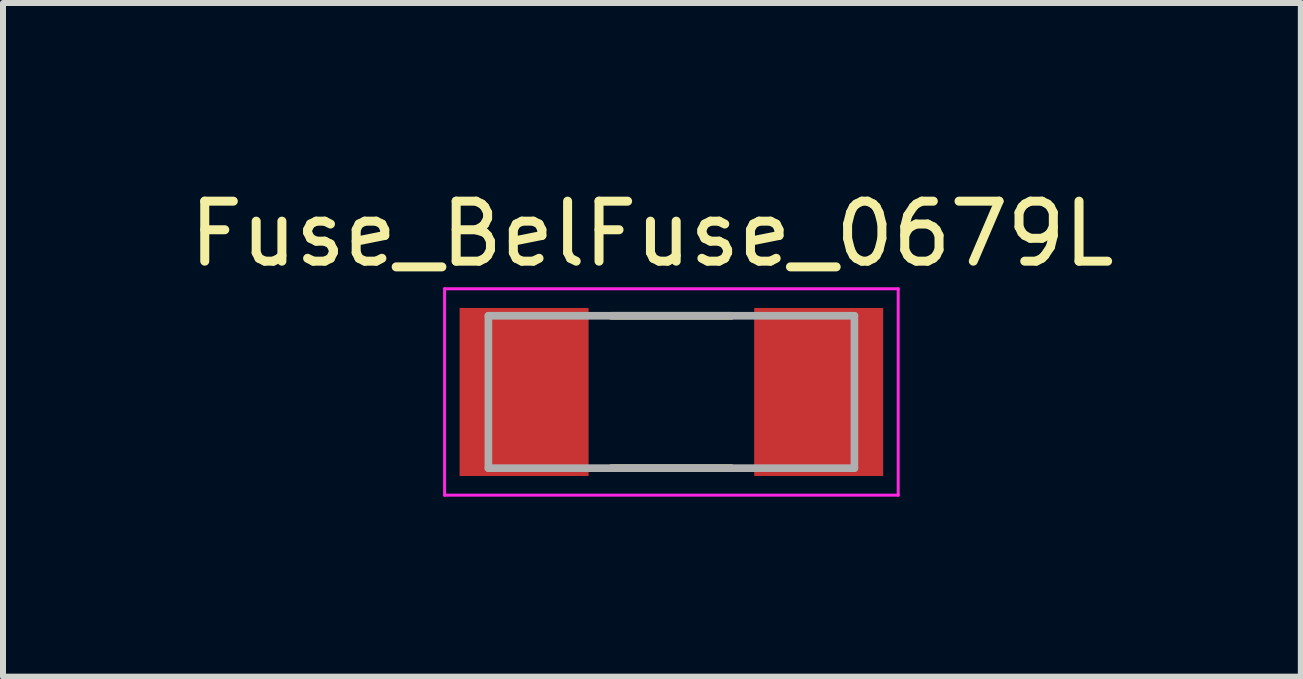
<source format=kicad_pcb>
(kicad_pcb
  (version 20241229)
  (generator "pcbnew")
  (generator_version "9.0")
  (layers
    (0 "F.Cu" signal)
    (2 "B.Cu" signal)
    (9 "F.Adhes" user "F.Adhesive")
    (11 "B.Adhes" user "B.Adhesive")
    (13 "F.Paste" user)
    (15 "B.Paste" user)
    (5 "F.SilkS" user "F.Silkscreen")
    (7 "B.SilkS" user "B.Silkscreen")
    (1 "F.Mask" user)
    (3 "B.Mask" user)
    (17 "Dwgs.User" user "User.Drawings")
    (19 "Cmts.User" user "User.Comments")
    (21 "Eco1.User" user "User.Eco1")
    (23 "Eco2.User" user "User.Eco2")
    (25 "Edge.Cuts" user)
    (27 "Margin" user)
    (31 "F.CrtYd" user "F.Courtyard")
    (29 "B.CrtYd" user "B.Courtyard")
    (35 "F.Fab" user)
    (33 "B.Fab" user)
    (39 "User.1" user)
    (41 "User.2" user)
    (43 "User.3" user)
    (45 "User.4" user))
  (footprint "Fuse_BelFuse_0679L"
    (layer "F.Cu")
    (at 8.14 3.483)
    (property "Reference" "Fuse_BelFuse_0679L" (at -0.325 -2.635 0) (layer "F.SilkS") (effects (font (size 1 1) (thickness 0.15))))
    (attr through_hole)
    (fp_line (start -1 -1.27) (end 1 -1.27) (stroke (width 0.127) (type solid)) (layer "F.SilkS"))
    (fp_line (start 1 1.27) (end -1 1.27) (stroke (width 0.127) (type solid)) (layer "F.SilkS"))
    (fp_line (start -3.78 -1.72) (end 3.78 -1.72) (stroke (width 0.05) (type solid)) (layer "F.CrtYd"))
    (fp_line (start -3.78 1.72) (end -3.78 -1.72) (stroke (width 0.05) (type solid)) (layer "F.CrtYd"))
    (fp_line (start 3.78 -1.72) (end 3.78 1.72) (stroke (width 0.05) (type solid)) (layer "F.CrtYd"))
    (fp_line (start 3.78 1.72) (end -3.78 1.72) (stroke (width 0.05) (type solid)) (layer "F.CrtYd"))
    (fp_line (start -3.05 -1.27) (end 3.05 -1.27) (stroke (width 0.127) (type solid)) (layer "F.Fab"))
    (fp_line (start -3.05 1.27) (end -3.05 -1.27) (stroke (width 0.127) (type solid)) (layer "F.Fab"))
    (fp_line (start 3.05 -1.27) (end 3.05 1.27) (stroke (width 0.127) (type solid)) (layer "F.Fab"))
    (fp_line (start 3.05 1.27) (end -3.05 1.27) (stroke (width 0.127) (type solid)) (layer "F.Fab"))
    (pad "1" smd rect (at -2.455 0) (size 2.15 2.8) (layers "F.Cu" "F.Mask" "F.Paste"))
    (pad "2" smd rect (at 2.455 0) (size 2.15 2.8) (layers "F.Cu" "F.Mask" "F.Paste")))
  (gr_rect
    (start -3 -3)
    (end 18.631 8.228)
    (stroke (width 0.1) (type default))
    (fill no)
    (layer "Edge.Cuts")))
</source>
